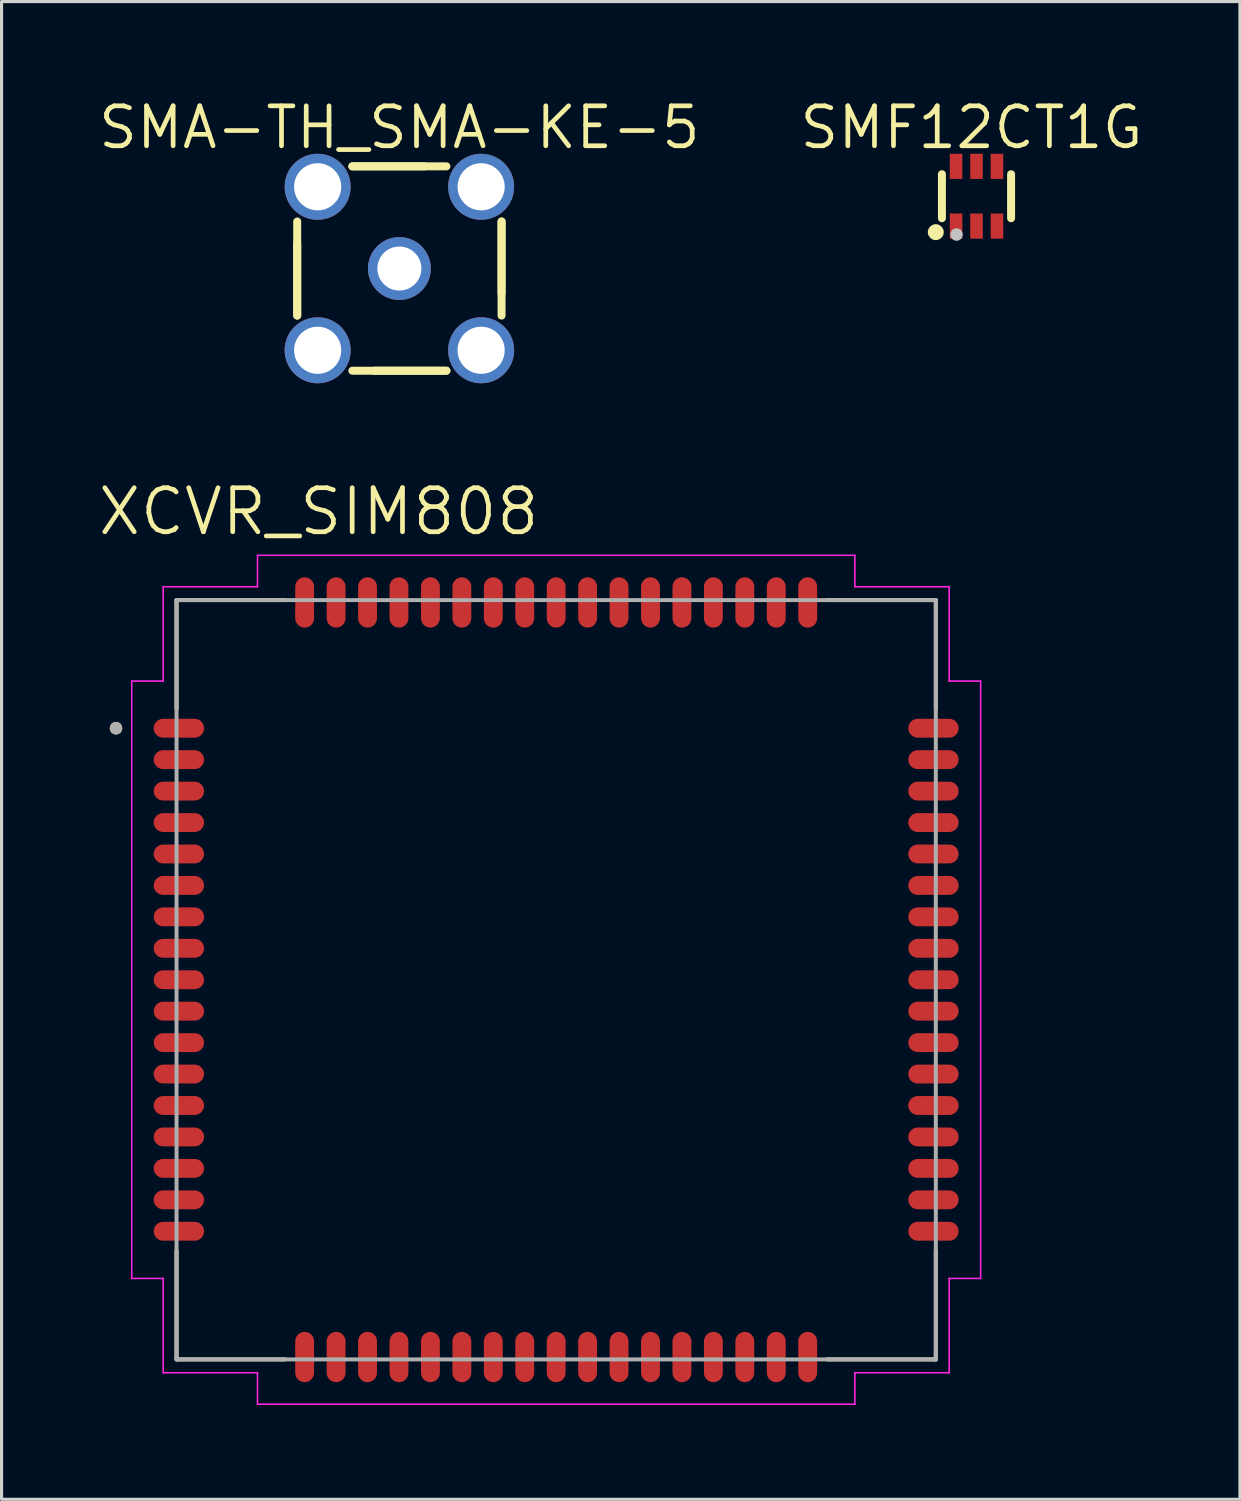
<source format=kicad_pcb>
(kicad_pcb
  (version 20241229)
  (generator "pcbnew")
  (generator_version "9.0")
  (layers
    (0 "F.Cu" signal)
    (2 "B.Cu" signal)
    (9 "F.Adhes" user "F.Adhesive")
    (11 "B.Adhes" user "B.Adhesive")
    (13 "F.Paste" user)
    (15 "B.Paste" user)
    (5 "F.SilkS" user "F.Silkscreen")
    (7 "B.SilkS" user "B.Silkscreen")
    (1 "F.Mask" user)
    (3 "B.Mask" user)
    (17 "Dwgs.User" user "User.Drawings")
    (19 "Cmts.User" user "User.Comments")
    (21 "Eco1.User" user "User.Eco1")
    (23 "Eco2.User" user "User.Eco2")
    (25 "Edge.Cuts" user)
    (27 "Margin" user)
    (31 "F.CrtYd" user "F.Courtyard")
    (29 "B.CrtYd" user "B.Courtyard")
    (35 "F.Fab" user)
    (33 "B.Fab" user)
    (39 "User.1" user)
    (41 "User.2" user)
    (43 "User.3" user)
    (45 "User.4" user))
  (footprint "SMF12CT1G"
    (layer "F.Cu")
    (at 28.009 3.191)
    (property "Reference" "SMF12CT1G" (at -0.161 -2.185 0) (layer "F.SilkS") (effects (font (size 1.27 1.27) (thickness 0.15))))
    (fp_line (start -1.1 -0.7) (end -1.1 0.7) (stroke (width 0.254) (type default)) (layer "F.SilkS"))
    (fp_line (start 1.1 -0.7) (end 1.1 0.7) (stroke (width 0.254) (type default)) (layer "F.SilkS"))
    (fp_circle (center -1.295 1.143) (end -1.168 1.143) (stroke (width 0.254) (type default)) (fill no) (layer "F.SilkS"))
    (fp_circle (center -0.635 1.219) (end -0.535 1.219) (stroke (width 0.2) (type default)) (fill no) (layer "Dwgs.User"))
    (fp_circle (center -1 1.05) (end -0.97 1.05) (stroke (width 0.06) (type default)) (fill no) (layer "User.5"))
    (pad "1" smd rect (at -0.65 0.95) (size 0.4 0.8) (layers "F.Cu" "F.Mask" "F.Paste"))
    (pad "2" smd rect (at 0 0.95) (size 0.4 0.8) (layers "F.Cu" "F.Mask" "F.Paste"))
    (pad "3" smd rect (at 0.65 0.95) (size 0.4 0.8) (layers "F.Cu" "F.Mask" "F.Paste"))
    (pad "4" smd rect (at 0.65 -0.95) (size 0.4 0.8) (layers "F.Cu" "F.Mask" "F.Paste"))
    (pad "5" smd rect (at 0 -0.95) (size 0.4 0.8) (layers "F.Cu" "F.Mask" "F.Paste"))
    (pad "6" smd rect (at -0.65 -0.95) (size 0.4 0.8) (layers "F.Cu" "F.Mask" "F.Paste"))
    (zone (net_name "") (layer "User.3") (hatch edge 0.5) (priority 100) (connect_pads yes) (min_thickness 0) (filled_areas_thickness no) (fill yes) (polygon (pts (xy 27.009 2.541) (xy 29.009 2.541) (xy 29.009 3.841) (xy 27.009 3.841))) (filled_polygon (layer "User.3") (island) (pts (xy 27.009 2.541) (xy 29.009 2.541) (xy 29.009 3.841) (xy 27.009 3.841))))
    (zone (net_name "") (layer "User.4") (hatch edge 0.5) (priority 100) (connect_pads yes) (min_thickness 0) (filled_areas_thickness no) (fill yes) (polygon (pts (xy 27.259 2.501) (xy 27.259 2.141) (xy 27.459 2.141) (xy 27.459 2.501))) (filled_polygon (layer "User.4") (island) (pts (xy 27.259 2.501) (xy 27.259 2.141) (xy 27.459 2.141) (xy 27.459 2.501))))
    (zone (net_name "") (layer "User.4") (hatch edge 0.5) (priority 100) (connect_pads) (min_thickness 0) (filled_areas_thickness no) (keepout (tracks allowed) (vias allowed) (pads allowed) (copperpour not_allowed) (footprints allowed)) (placement (enabled no)) (fill) (polygon (pts (xy 27.259 2.576) (xy 27.259 2.491) (xy 27.459 2.491) (xy 27.459 2.576))))
    (zone (net_name "") (layer "User.4") (hatch edge 0.5) (priority 100) (connect_pads) (min_thickness 0) (filled_areas_thickness no) (keepout (tracks allowed) (vias allowed) (pads allowed) (copperpour not_allowed) (footprints allowed)) (placement (enabled no)) (fill) (polygon (pts (xy 27.259 3.891) (xy 27.259 3.806) (xy 27.459 3.806) (xy 27.459 3.891))))
    (zone (net_name "") (layer "User.4") (hatch edge 0.5) (priority 100) (connect_pads yes) (min_thickness 0) (filled_areas_thickness no) (fill yes) (polygon (pts (xy 27.259 4.241) (xy 27.259 3.881) (xy 27.459 3.881) (xy 27.459 4.241))) (filled_polygon (layer "User.4") (island) (pts (xy 27.259 4.241) (xy 27.259 3.881) (xy 27.459 3.881) (xy 27.459 4.241))))
    (zone (net_name "") (layer "User.4") (hatch edge 0.5) (priority 100) (connect_pads yes) (min_thickness 0) (filled_areas_thickness no) (fill yes) (polygon (pts (xy 27.909 2.501) (xy 27.909 2.141) (xy 28.109 2.141) (xy 28.109 2.501))) (filled_polygon (layer "User.4") (island) (pts (xy 27.909 2.501) (xy 27.909 2.141) (xy 28.109 2.141) (xy 28.109 2.501))))
    (zone (net_name "") (layer "User.4") (hatch edge 0.5) (priority 100) (connect_pads) (min_thickness 0) (filled_areas_thickness no) (keepout (tracks allowed) (vias allowed) (pads allowed) (copperpour not_allowed) (footprints allowed)) (placement (enabled no)) (fill) (polygon (pts (xy 27.909 2.576) (xy 27.909 2.491) (xy 28.109 2.491) (xy 28.109 2.576))))
    (zone (net_name "") (layer "User.4") (hatch edge 0.5) (priority 100) (connect_pads) (min_thickness 0) (filled_areas_thickness no) (keepout (tracks allowed) (vias allowed) (pads allowed) (copperpour not_allowed) (footprints allowed)) (placement (enabled no)) (fill) (polygon (pts (xy 27.909 3.891) (xy 27.909 3.806) (xy 28.109 3.806) (xy 28.109 3.891))))
    (zone (net_name "") (layer "User.4") (hatch edge 0.5) (priority 100) (connect_pads yes) (min_thickness 0) (filled_areas_thickness no) (fill yes) (polygon (pts (xy 27.909 4.241) (xy 27.909 3.881) (xy 28.109 3.881) (xy 28.109 4.241))) (filled_polygon (layer "User.4") (island) (pts (xy 27.909 4.241) (xy 27.909 3.881) (xy 28.109 3.881) (xy 28.109 4.241))))
    (zone (net_name "") (layer "User.4") (hatch edge 0.5) (priority 100) (connect_pads yes) (min_thickness 0) (filled_areas_thickness no) (fill yes) (polygon (pts (xy 28.559 2.501) (xy 28.559 2.141) (xy 28.759 2.141) (xy 28.759 2.501))) (filled_polygon (layer "User.4") (island) (pts (xy 28.559 2.501) (xy 28.559 2.141) (xy 28.759 2.141) (xy 28.759 2.501))))
    (zone (net_name "") (layer "User.4") (hatch edge 0.5) (priority 100) (connect_pads) (min_thickness 0) (filled_areas_thickness no) (keepout (tracks allowed) (vias allowed) (pads allowed) (copperpour not_allowed) (footprints allowed)) (placement (enabled no)) (fill) (polygon (pts (xy 28.559 2.576) (xy 28.559 2.491) (xy 28.759 2.491) (xy 28.759 2.576))))
    (zone (net_name "") (layer "User.4") (hatch edge 0.5) (priority 100) (connect_pads) (min_thickness 0) (filled_areas_thickness no) (keepout (tracks allowed) (vias allowed) (pads allowed) (copperpour not_allowed) (footprints allowed)) (placement (enabled no)) (fill) (polygon (pts (xy 28.559 3.891) (xy 28.559 3.806) (xy 28.759 3.806) (xy 28.759 3.891))))
    (zone (net_name "") (layer "User.4") (hatch edge 0.5) (priority 100) (connect_pads yes) (min_thickness 0) (filled_areas_thickness no) (fill yes) (polygon (pts (xy 28.559 4.241) (xy 28.559 3.881) (xy 28.759 3.881) (xy 28.759 4.241))) (filled_polygon (layer "User.4") (island) (pts (xy 28.559 4.241) (xy 28.559 3.881) (xy 28.759 3.881) (xy 28.759 4.241)))))
  (footprint "XCVR_SIM808"
    (layer "F.Cu")
    (at 14.64 28.112)
    (property "Reference" "XCVR_SIM808" (at -7.555 -14.889 0) (layer "F.SilkS") (effects (font (size 1.4 1.4) (thickness 0.15))))
    (attr smd)
    (fp_line (start -12.075 -12.075) (end -8.62 -12.075) (stroke (width 0.127) (type solid)) (layer "F.SilkS"))
    (fp_line (start -12.075 -8.62) (end -12.075 -12.075) (stroke (width 0.127) (type solid)) (layer "F.SilkS"))
    (fp_line (start -12.075 12.075) (end -12.075 8.62) (stroke (width 0.127) (type solid)) (layer "F.SilkS"))
    (fp_line (start -8.62 12.075) (end -12.075 12.075) (stroke (width 0.127) (type solid)) (layer "F.SilkS"))
    (fp_line (start 8.62 -12.075) (end 12.075 -12.075) (stroke (width 0.127) (type solid)) (layer "F.SilkS"))
    (fp_line (start 12.075 -12.075) (end 12.075 -8.62) (stroke (width 0.127) (type solid)) (layer "F.SilkS"))
    (fp_line (start 12.075 8.62) (end 12.075 12.075) (stroke (width 0.127) (type solid)) (layer "F.SilkS"))
    (fp_line (start 12.075 12.075) (end 8.62 12.075) (stroke (width 0.127) (type solid)) (layer "F.SilkS"))
    (fp_circle (center -14 -8) (end -13.9 -8) (stroke (width 0.2) (type solid)) (fill no) (layer "F.SilkS"))
    (fp_line (start -13.5 -9.5) (end -12.5 -9.5) (stroke (width 0.05) (type solid)) (layer "F.CrtYd"))
    (fp_line (start -13.5 9.5) (end -13.5 -9.5) (stroke (width 0.05) (type solid)) (layer "F.CrtYd"))
    (fp_line (start -12.5 -12.5) (end -9.5 -12.5) (stroke (width 0.05) (type solid)) (layer "F.CrtYd"))
    (fp_line (start -12.5 -9.5) (end -12.5 -12.5) (stroke (width 0.05) (type solid)) (layer "F.CrtYd"))
    (fp_line (start -12.5 9.5) (end -13.5 9.5) (stroke (width 0.05) (type solid)) (layer "F.CrtYd"))
    (fp_line (start -12.5 12.5) (end -12.5 9.5) (stroke (width 0.05) (type solid)) (layer "F.CrtYd"))
    (fp_line (start -9.5 -13.5) (end 9.5 -13.5) (stroke (width 0.05) (type solid)) (layer "F.CrtYd"))
    (fp_line (start -9.5 -12.5) (end -9.5 -13.5) (stroke (width 0.05) (type solid)) (layer "F.CrtYd"))
    (fp_line (start -9.5 12.5) (end -12.5 12.5) (stroke (width 0.05) (type solid)) (layer "F.CrtYd"))
    (fp_line (start -9.5 13.5) (end -9.5 12.5) (stroke (width 0.05) (type solid)) (layer "F.CrtYd"))
    (fp_line (start 9.5 -13.5) (end 9.5 -12.5) (stroke (width 0.05) (type solid)) (layer "F.CrtYd"))
    (fp_line (start 9.5 -12.5) (end 12.5 -12.5) (stroke (width 0.05) (type solid)) (layer "F.CrtYd"))
    (fp_line (start 9.5 12.5) (end 9.5 13.5) (stroke (width 0.05) (type solid)) (layer "F.CrtYd"))
    (fp_line (start 9.5 13.5) (end -9.5 13.5) (stroke (width 0.05) (type solid)) (layer "F.CrtYd"))
    (fp_line (start 12.5 -12.5) (end 12.5 -9.5) (stroke (width 0.05) (type solid)) (layer "F.CrtYd"))
    (fp_line (start 12.5 -9.5) (end 13.5 -9.5) (stroke (width 0.05) (type solid)) (layer "F.CrtYd"))
    (fp_line (start 12.5 9.5) (end 12.5 12.5) (stroke (width 0.05) (type solid)) (layer "F.CrtYd"))
    (fp_line (start 12.5 12.5) (end 9.5 12.5) (stroke (width 0.05) (type solid)) (layer "F.CrtYd"))
    (fp_line (start 13.5 -9.5) (end 13.5 9.5) (stroke (width 0.05) (type solid)) (layer "F.CrtYd"))
    (fp_line (start 13.5 9.5) (end 12.5 9.5) (stroke (width 0.05) (type solid)) (layer "F.CrtYd"))
    (fp_line (start -12.075 -12.075) (end 12.075 -12.075) (stroke (width 0.127) (type solid)) (layer "F.Fab"))
    (fp_line (start -12.075 12.075) (end -12.075 -12.075) (stroke (width 0.127) (type solid)) (layer "F.Fab"))
    (fp_line (start 12.075 -12.075) (end 12.075 12.075) (stroke (width 0.127) (type solid)) (layer "F.Fab"))
    (fp_line (start 12.075 12.075) (end -12.075 12.075) (stroke (width 0.127) (type solid)) (layer "F.Fab"))
    (fp_circle (center -14 -8) (end -13.9 -8) (stroke (width 0.2) (type solid)) (fill no) (layer "F.Fab"))
    (pad "1" smd oval (at -12 -8) (size 1.6 0.6) (layers "F.Cu" "F.Mask" "F.Paste"))
    (pad "2" smd oval (at -12 -7) (size 1.6 0.6) (layers "F.Cu" "F.Mask" "F.Paste"))
    (pad "3" smd oval (at -12 -6) (size 1.6 0.6) (layers "F.Cu" "F.Mask" "F.Paste"))
    (pad "4" smd oval (at -12 -5) (size 1.6 0.6) (layers "F.Cu" "F.Mask" "F.Paste"))
    (pad "5" smd oval (at -12 -4) (size 1.6 0.6) (layers "F.Cu" "F.Mask" "F.Paste"))
    (pad "6" smd oval (at -12 -3) (size 1.6 0.6) (layers "F.Cu" "F.Mask" "F.Paste"))
    (pad "7" smd oval (at -12 -2) (size 1.6 0.6) (layers "F.Cu" "F.Mask" "F.Paste"))
    (pad "8" smd oval (at -12 -1) (size 1.6 0.6) (layers "F.Cu" "F.Mask" "F.Paste"))
    (pad "9" smd oval (at -12 0) (size 1.6 0.6) (layers "F.Cu" "F.Mask" "F.Paste"))
    (pad "10" smd oval (at -12 1) (size 1.6 0.6) (layers "F.Cu" "F.Mask" "F.Paste"))
    (pad "11" smd oval (at -12 2) (size 1.6 0.6) (layers "F.Cu" "F.Mask" "F.Paste"))
    (pad "12" smd oval (at -12 3) (size 1.6 0.6) (layers "F.Cu" "F.Mask" "F.Paste"))
    (pad "13" smd oval (at -12 4) (size 1.6 0.6) (layers "F.Cu" "F.Mask" "F.Paste"))
    (pad "14" smd oval (at -12 5) (size 1.6 0.6) (layers "F.Cu" "F.Mask" "F.Paste"))
    (pad "15" smd oval (at -12 6) (size 1.6 0.6) (layers "F.Cu" "F.Mask" "F.Paste"))
    (pad "16" smd oval (at -12 7) (size 1.6 0.6) (layers "F.Cu" "F.Mask" "F.Paste"))
    (pad "17" smd oval (at -12 8) (size 1.6 0.6) (layers "F.Cu" "F.Mask" "F.Paste"))
    (pad "18" smd oval (at -8 12) (size 0.6 1.6) (layers "F.Cu" "F.Mask" "F.Paste"))
    (pad "19" smd oval (at -7 12) (size 0.6 1.6) (layers "F.Cu" "F.Mask" "F.Paste"))
    (pad "20" smd oval (at -6 12) (size 0.6 1.6) (layers "F.Cu" "F.Mask" "F.Paste"))
    (pad "21" smd oval (at -5 12) (size 0.6 1.6) (layers "F.Cu" "F.Mask" "F.Paste"))
    (pad "22" smd oval (at -4 12) (size 0.6 1.6) (layers "F.Cu" "F.Mask" "F.Paste"))
    (pad "23" smd oval (at -3 12) (size 0.6 1.6) (layers "F.Cu" "F.Mask" "F.Paste"))
    (pad "24" smd oval (at -2 12) (size 0.6 1.6) (layers "F.Cu" "F.Mask" "F.Paste"))
    (pad "25" smd oval (at -1 12) (size 0.6 1.6) (layers "F.Cu" "F.Mask" "F.Paste"))
    (pad "26" smd oval (at 0 12) (size 0.6 1.6) (layers "F.Cu" "F.Mask" "F.Paste"))
    (pad "27" smd oval (at 1 12) (size 0.6 1.6) (layers "F.Cu" "F.Mask" "F.Paste"))
    (pad "28" smd oval (at 2 12) (size 0.6 1.6) (layers "F.Cu" "F.Mask" "F.Paste"))
    (pad "29" smd oval (at 3 12) (size 0.6 1.6) (layers "F.Cu" "F.Mask" "F.Paste"))
    (pad "30" smd oval (at 4 12) (size 0.6 1.6) (layers "F.Cu" "F.Mask" "F.Paste"))
    (pad "31" smd oval (at 5 12) (size 0.6 1.6) (layers "F.Cu" "F.Mask" "F.Paste"))
    (pad "32" smd oval (at 6 12) (size 0.6 1.6) (layers "F.Cu" "F.Mask" "F.Paste"))
    (pad "33" smd oval (at 7 12) (size 0.6 1.6) (layers "F.Cu" "F.Mask" "F.Paste"))
    (pad "34" smd oval (at 8 12) (size 0.6 1.6) (layers "F.Cu" "F.Mask" "F.Paste"))
    (pad "35" smd oval (at 12 8) (size 1.6 0.6) (layers "F.Cu" "F.Mask" "F.Paste"))
    (pad "36" smd oval (at 12 7) (size 1.6 0.6) (layers "F.Cu" "F.Mask" "F.Paste"))
    (pad "37" smd oval (at 12 6) (size 1.6 0.6) (layers "F.Cu" "F.Mask" "F.Paste"))
    (pad "38" smd oval (at 12 5) (size 1.6 0.6) (layers "F.Cu" "F.Mask" "F.Paste"))
    (pad "39" smd oval (at 12 4) (size 1.6 0.6) (layers "F.Cu" "F.Mask" "F.Paste"))
    (pad "40" smd oval (at 12 3) (size 1.6 0.6) (layers "F.Cu" "F.Mask" "F.Paste"))
    (pad "41" smd oval (at 12 2) (size 1.6 0.6) (layers "F.Cu" "F.Mask" "F.Paste"))
    (pad "42" smd oval (at 12 1) (size 1.6 0.6) (layers "F.Cu" "F.Mask" "F.Paste"))
    (pad "43" smd oval (at 12 0) (size 1.6 0.6) (layers "F.Cu" "F.Mask" "F.Paste"))
    (pad "44" smd oval (at 12 -1) (size 1.6 0.6) (layers "F.Cu" "F.Mask" "F.Paste"))
    (pad "45" smd oval (at 12 -2) (size 1.6 0.6) (layers "F.Cu" "F.Mask" "F.Paste"))
    (pad "46" smd oval (at 12 -3) (size 1.6 0.6) (layers "F.Cu" "F.Mask" "F.Paste"))
    (pad "47" smd oval (at 12 -4) (size 1.6 0.6) (layers "F.Cu" "F.Mask" "F.Paste"))
    (pad "48" smd oval (at 12 -5) (size 1.6 0.6) (layers "F.Cu" "F.Mask" "F.Paste"))
    (pad "49" smd oval (at 12 -6) (size 1.6 0.6) (layers "F.Cu" "F.Mask" "F.Paste"))
    (pad "50" smd oval (at 12 -7) (size 1.6 0.6) (layers "F.Cu" "F.Mask" "F.Paste"))
    (pad "51" smd oval (at 12 -8) (size 1.6 0.6) (layers "F.Cu" "F.Mask" "F.Paste"))
    (pad "52" smd oval (at 8 -12) (size 0.6 1.6) (layers "F.Cu" "F.Mask" "F.Paste"))
    (pad "53" smd oval (at 7 -12) (size 0.6 1.6) (layers "F.Cu" "F.Mask" "F.Paste"))
    (pad "54" smd oval (at 6 -12) (size 0.6 1.6) (layers "F.Cu" "F.Mask" "F.Paste"))
    (pad "55" smd oval (at 5 -12) (size 0.6 1.6) (layers "F.Cu" "F.Mask" "F.Paste"))
    (pad "56" smd oval (at 4 -12) (size 0.6 1.6) (layers "F.Cu" "F.Mask" "F.Paste"))
    (pad "57" smd oval (at 3 -12) (size 0.6 1.6) (layers "F.Cu" "F.Mask" "F.Paste"))
    (pad "58" smd oval (at 2 -12) (size 0.6 1.6) (layers "F.Cu" "F.Mask" "F.Paste"))
    (pad "59" smd oval (at 1 -12) (size 0.6 1.6) (layers "F.Cu" "F.Mask" "F.Paste"))
    (pad "60" smd oval (at 0 -12) (size 0.6 1.6) (layers "F.Cu" "F.Mask" "F.Paste"))
    (pad "61" smd oval (at -1 -12) (size 0.6 1.6) (layers "F.Cu" "F.Mask" "F.Paste"))
    (pad "62" smd oval (at -2 -12) (size 0.6 1.6) (layers "F.Cu" "F.Mask" "F.Paste"))
    (pad "63" smd oval (at -3 -12) (size 0.6 1.6) (layers "F.Cu" "F.Mask" "F.Paste"))
    (pad "64" smd oval (at -4 -12) (size 0.6 1.6) (layers "F.Cu" "F.Mask" "F.Paste"))
    (pad "65" smd oval (at -5 -12) (size 0.6 1.6) (layers "F.Cu" "F.Mask" "F.Paste"))
    (pad "66" smd oval (at -6 -12) (size 0.6 1.6) (layers "F.Cu" "F.Mask" "F.Paste"))
    (pad "67" smd oval (at -7 -12) (size 0.6 1.6) (layers "F.Cu" "F.Mask" "F.Paste"))
    (pad "68" smd oval (at -8 -12) (size 0.6 1.6) (layers "F.Cu" "F.Mask" "F.Paste")))
  (footprint "SMA-TH_SMA-KE-5"
    (layer "F.Cu")
    (at 9.653 5.491)
    (property "Reference" "SMA-TH_SMA-KE-5" (at 0 -4.485 0) (layer "F.SilkS") (effects (font (size 1.27 1.27) (thickness 0.15))))
    (fp_line (start -3.25 -0.797) (end -3.25 1.496) (stroke (width 0.254) (type default)) (layer "F.SilkS"))
    (fp_line (start -3.25 1.496) (end -3.25 -1.496) (stroke (width 0.254) (type default)) (layer "F.SilkS"))
    (fp_line (start -1.496 -3.25) (end 1.496 -3.25) (stroke (width 0.254) (type default)) (layer "F.SilkS"))
    (fp_line (start -0.797 3.25) (end 1.496 3.25) (stroke (width 0.254) (type default)) (layer "F.SilkS"))
    (fp_line (start 0.797 -3.25) (end -1.496 -3.25) (stroke (width 0.254) (type default)) (layer "F.SilkS"))
    (fp_line (start 1.496 3.25) (end -1.496 3.25) (stroke (width 0.254) (type default)) (layer "F.SilkS"))
    (fp_line (start 3.25 -1.496) (end 3.25 1.496) (stroke (width 0.254) (type default)) (layer "F.SilkS"))
    (fp_line (start 3.25 0.797) (end 3.25 -1.496) (stroke (width 0.254) (type default)) (layer "F.SilkS"))
    (fp_circle (center 0 0) (end 0.318 0) (stroke (width 0.635) (type default)) (fill no) (layer "User.4"))
    (fp_circle (center -3.25 -3.25) (end -3.22 -3.25) (stroke (width 0.06) (type default)) (fill no) (layer "User.5"))
    (pad "1" thru_hole oval (at -2.6 -2.6) (size 2.1 2.1) (drill 1.5) (layers "*.Cu" "*.Mask"))
    (pad "2" thru_hole oval (at 2.6 -2.6) (size 2.1 2.1) (drill 1.5) (layers "*.Cu" "*.Mask"))
    (pad "3" thru_hole oval (at 2.6 2.6) (size 2.1 2.1) (drill 1.5) (layers "*.Cu" "*.Mask"))
    (pad "4" thru_hole oval (at -2.6 2.6) (size 2.1 2.1) (drill 1.5) (layers "*.Cu" "*.Mask"))
    (pad "5" thru_hole oval (at 0 0) (size 2 2) (drill 1.4) (layers "*.Cu" "*.Mask"))
    (zone (net_name "") (layer "User.3") (hatch edge 0.5) (priority 100) (connect_pads yes) (min_thickness 0) (filled_areas_thickness no) (fill yes) (polygon (pts (xy 6.403 8.741) (xy 6.403 2.241) (xy 12.903 2.241) (xy 12.903 8.741))) (filled_polygon (layer "User.3") (island) (pts (xy 6.403 8.741) (xy 6.403 2.241) (xy 12.903 2.241) (xy 12.903 8.741))))
    (zone (net_name "") (layer "User.4") (hatch edge 0.5) (priority 100) (connect_pads yes) (min_thickness 0) (filled_areas_thickness no) (fill yes) (polygon (pts (xy 6.653 2.491) (xy 7.453 2.491) (xy 7.453 3.291) (xy 6.653 3.291))) (filled_polygon (layer "User.4") (island) (pts (xy 6.653 2.491) (xy 7.453 2.491) (xy 7.453 3.291) (xy 6.653 3.291))))
    (zone (net_name "") (layer "User.4") (hatch edge 0.5) (priority 100) (connect_pads yes) (min_thickness 0) (filled_areas_thickness no) (fill yes) (polygon (pts (xy 6.653 7.691) (xy 7.453 7.691) (xy 7.453 8.491) (xy 6.653 8.491))) (filled_polygon (layer "User.4") (island) (pts (xy 6.653 7.691) (xy 7.453 7.691) (xy 7.453 8.491) (xy 6.653 8.491))))
    (zone (net_name "") (layer "User.4") (hatch edge 0.5) (priority 100) (connect_pads yes) (min_thickness 0) (filled_areas_thickness no) (fill yes) (polygon (pts (xy 11.853 2.491) (xy 12.653 2.491) (xy 12.653 3.291) (xy 11.853 3.291))) (filled_polygon (layer "User.4") (island) (pts (xy 11.853 2.491) (xy 12.653 2.491) (xy 12.653 3.291) (xy 11.853 3.291))))
    (zone (net_name "") (layer "User.4") (hatch edge 0.5) (priority 100) (connect_pads yes) (min_thickness 0) (filled_areas_thickness no) (fill yes) (polygon (pts (xy 11.853 7.691) (xy 12.653 7.691) (xy 12.653 8.491) (xy 11.853 8.491))) (filled_polygon (layer "User.4") (island) (pts (xy 11.853 7.691) (xy 12.653 7.691) (xy 12.653 8.491) (xy 11.853 8.491)))))
  (gr_rect
    (start -3 -3)
    (end 36.388 44.637)
    (stroke (width 0.1) (type default))
    (fill no)
    (layer "Edge.Cuts")))
</source>
